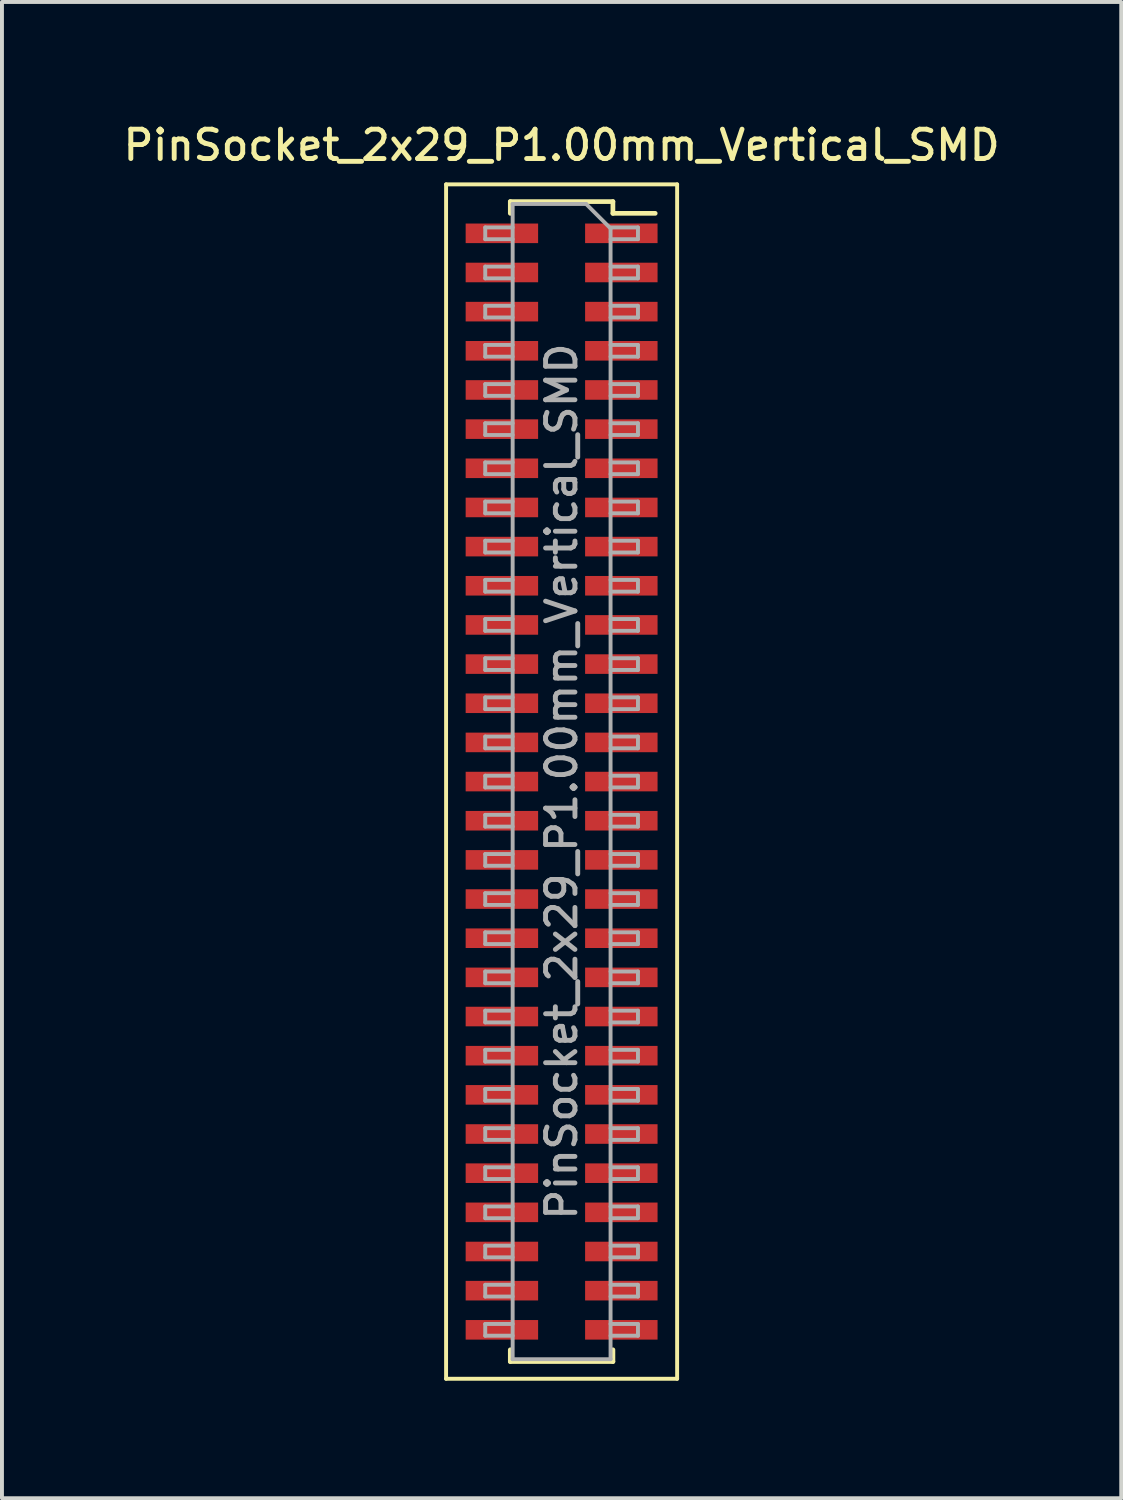
<source format=kicad_pcb>
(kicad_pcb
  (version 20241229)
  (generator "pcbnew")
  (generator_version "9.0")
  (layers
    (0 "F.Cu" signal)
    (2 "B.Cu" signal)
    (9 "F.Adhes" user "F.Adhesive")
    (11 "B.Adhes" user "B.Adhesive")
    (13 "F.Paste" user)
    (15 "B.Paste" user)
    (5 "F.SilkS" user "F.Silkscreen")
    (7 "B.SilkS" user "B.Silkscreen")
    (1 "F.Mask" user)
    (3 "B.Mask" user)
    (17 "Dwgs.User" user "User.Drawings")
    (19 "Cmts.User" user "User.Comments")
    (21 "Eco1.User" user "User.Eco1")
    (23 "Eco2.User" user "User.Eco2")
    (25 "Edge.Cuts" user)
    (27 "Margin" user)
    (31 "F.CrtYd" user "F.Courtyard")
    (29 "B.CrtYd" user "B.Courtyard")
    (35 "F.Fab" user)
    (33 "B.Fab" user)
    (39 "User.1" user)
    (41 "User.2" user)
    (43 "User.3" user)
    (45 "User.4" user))
  (footprint "PinSocket_2x29_P1.00mm_Vertical_SMD"
    (layer "F.Cu")
    (at 11.291 16.908)
    (property "Reference" "PinSocket_2x29_P1.00mm_Vertical_SMD" (at 0 -16.25 0) (layer "F.SilkS") (effects (font (size 0.75 0.75) (thickness 0.125))))
    (attr smd)
    (fp_line (start -2.95 -15.25) (end 2.95 -15.25) (stroke (width 0.1) (type solid)) (layer "F.SilkS"))
    (fp_line (start -2.95 15.25) (end -2.95 -15.25) (stroke (width 0.1) (type solid)) (layer "F.SilkS"))
    (fp_line (start -1.31 -14.81) (end -1.31 -14.51) (stroke (width 0.12) (type solid)) (layer "F.SilkS"))
    (fp_line (start -1.31 -14.81) (end 1.31 -14.81) (stroke (width 0.12) (type solid)) (layer "F.SilkS"))
    (fp_line (start -1.31 14.51) (end -1.31 14.81) (stroke (width 0.12) (type solid)) (layer "F.SilkS"))
    (fp_line (start -1.31 14.81) (end 1.31 14.81) (stroke (width 0.12) (type solid)) (layer "F.SilkS"))
    (fp_line (start 1.31 -14.81) (end 1.31 -14.51) (stroke (width 0.12) (type solid)) (layer "F.SilkS"))
    (fp_line (start 1.31 -14.51) (end 2.39 -14.51) (stroke (width 0.12) (type solid)) (layer "F.SilkS"))
    (fp_line (start 1.31 14.51) (end 1.31 14.81) (stroke (width 0.12) (type solid)) (layer "F.SilkS"))
    (fp_line (start 2.95 -15.25) (end 2.95 15.25) (stroke (width 0.1) (type solid)) (layer "F.SilkS"))
    (fp_line (start 2.95 15.25) (end -2.95 15.25) (stroke (width 0.1) (type solid)) (layer "F.SilkS"))
    (fp_line (start -1.95 -14.15) (end -1.25 -14.15) (stroke (width 0.1) (type solid)) (layer "F.Fab"))
    (fp_line (start -1.95 -13.85) (end -1.95 -14.15) (stroke (width 0.1) (type solid)) (layer "F.Fab"))
    (fp_line (start -1.95 -13.15) (end -1.25 -13.15) (stroke (width 0.1) (type solid)) (layer "F.Fab"))
    (fp_line (start -1.95 -12.85) (end -1.95 -13.15) (stroke (width 0.1) (type solid)) (layer "F.Fab"))
    (fp_line (start -1.95 -12.15) (end -1.25 -12.15) (stroke (width 0.1) (type solid)) (layer "F.Fab"))
    (fp_line (start -1.95 -11.85) (end -1.95 -12.15) (stroke (width 0.1) (type solid)) (layer "F.Fab"))
    (fp_line (start -1.95 -11.15) (end -1.25 -11.15) (stroke (width 0.1) (type solid)) (layer "F.Fab"))
    (fp_line (start -1.95 -10.85) (end -1.95 -11.15) (stroke (width 0.1) (type solid)) (layer "F.Fab"))
    (fp_line (start -1.95 -10.15) (end -1.25 -10.15) (stroke (width 0.1) (type solid)) (layer "F.Fab"))
    (fp_line (start -1.95 -9.85) (end -1.95 -10.15) (stroke (width 0.1) (type solid)) (layer "F.Fab"))
    (fp_line (start -1.95 -9.15) (end -1.25 -9.15) (stroke (width 0.1) (type solid)) (layer "F.Fab"))
    (fp_line (start -1.95 -8.85) (end -1.95 -9.15) (stroke (width 0.1) (type solid)) (layer "F.Fab"))
    (fp_line (start -1.95 -8.15) (end -1.25 -8.15) (stroke (width 0.1) (type solid)) (layer "F.Fab"))
    (fp_line (start -1.95 -7.85) (end -1.95 -8.15) (stroke (width 0.1) (type solid)) (layer "F.Fab"))
    (fp_line (start -1.95 -7.15) (end -1.25 -7.15) (stroke (width 0.1) (type solid)) (layer "F.Fab"))
    (fp_line (start -1.95 -6.85) (end -1.95 -7.15) (stroke (width 0.1) (type solid)) (layer "F.Fab"))
    (fp_line (start -1.95 -6.15) (end -1.25 -6.15) (stroke (width 0.1) (type solid)) (layer "F.Fab"))
    (fp_line (start -1.95 -5.85) (end -1.95 -6.15) (stroke (width 0.1) (type solid)) (layer "F.Fab"))
    (fp_line (start -1.95 -5.15) (end -1.25 -5.15) (stroke (width 0.1) (type solid)) (layer "F.Fab"))
    (fp_line (start -1.95 -4.85) (end -1.95 -5.15) (stroke (width 0.1) (type solid)) (layer "F.Fab"))
    (fp_line (start -1.95 -4.15) (end -1.25 -4.15) (stroke (width 0.1) (type solid)) (layer "F.Fab"))
    (fp_line (start -1.95 -3.85) (end -1.95 -4.15) (stroke (width 0.1) (type solid)) (layer "F.Fab"))
    (fp_line (start -1.95 -3.15) (end -1.25 -3.15) (stroke (width 0.1) (type solid)) (layer "F.Fab"))
    (fp_line (start -1.95 -2.85) (end -1.95 -3.15) (stroke (width 0.1) (type solid)) (layer "F.Fab"))
    (fp_line (start -1.95 -2.15) (end -1.25 -2.15) (stroke (width 0.1) (type solid)) (layer "F.Fab"))
    (fp_line (start -1.95 -1.85) (end -1.95 -2.15) (stroke (width 0.1) (type solid)) (layer "F.Fab"))
    (fp_line (start -1.95 -1.15) (end -1.25 -1.15) (stroke (width 0.1) (type solid)) (layer "F.Fab"))
    (fp_line (start -1.95 -0.85) (end -1.95 -1.15) (stroke (width 0.1) (type solid)) (layer "F.Fab"))
    (fp_line (start -1.95 -0.15) (end -1.25 -0.15) (stroke (width 0.1) (type solid)) (layer "F.Fab"))
    (fp_line (start -1.95 0.15) (end -1.95 -0.15) (stroke (width 0.1) (type solid)) (layer "F.Fab"))
    (fp_line (start -1.95 0.85) (end -1.25 0.85) (stroke (width 0.1) (type solid)) (layer "F.Fab"))
    (fp_line (start -1.95 1.15) (end -1.95 0.85) (stroke (width 0.1) (type solid)) (layer "F.Fab"))
    (fp_line (start -1.95 1.85) (end -1.25 1.85) (stroke (width 0.1) (type solid)) (layer "F.Fab"))
    (fp_line (start -1.95 2.15) (end -1.95 1.85) (stroke (width 0.1) (type solid)) (layer "F.Fab"))
    (fp_line (start -1.95 2.85) (end -1.25 2.85) (stroke (width 0.1) (type solid)) (layer "F.Fab"))
    (fp_line (start -1.95 3.15) (end -1.95 2.85) (stroke (width 0.1) (type solid)) (layer "F.Fab"))
    (fp_line (start -1.95 3.85) (end -1.25 3.85) (stroke (width 0.1) (type solid)) (layer "F.Fab"))
    (fp_line (start -1.95 4.15) (end -1.95 3.85) (stroke (width 0.1) (type solid)) (layer "F.Fab"))
    (fp_line (start -1.95 4.85) (end -1.25 4.85) (stroke (width 0.1) (type solid)) (layer "F.Fab"))
    (fp_line (start -1.95 5.15) (end -1.95 4.85) (stroke (width 0.1) (type solid)) (layer "F.Fab"))
    (fp_line (start -1.95 5.85) (end -1.25 5.85) (stroke (width 0.1) (type solid)) (layer "F.Fab"))
    (fp_line (start -1.95 6.15) (end -1.95 5.85) (stroke (width 0.1) (type solid)) (layer "F.Fab"))
    (fp_line (start -1.95 6.85) (end -1.25 6.85) (stroke (width 0.1) (type solid)) (layer "F.Fab"))
    (fp_line (start -1.95 7.15) (end -1.95 6.85) (stroke (width 0.1) (type solid)) (layer "F.Fab"))
    (fp_line (start -1.95 7.85) (end -1.25 7.85) (stroke (width 0.1) (type solid)) (layer "F.Fab"))
    (fp_line (start -1.95 8.15) (end -1.95 7.85) (stroke (width 0.1) (type solid)) (layer "F.Fab"))
    (fp_line (start -1.95 8.85) (end -1.25 8.85) (stroke (width 0.1) (type solid)) (layer "F.Fab"))
    (fp_line (start -1.95 9.15) (end -1.95 8.85) (stroke (width 0.1) (type solid)) (layer "F.Fab"))
    (fp_line (start -1.95 9.85) (end -1.25 9.85) (stroke (width 0.1) (type solid)) (layer "F.Fab"))
    (fp_line (start -1.95 10.15) (end -1.95 9.85) (stroke (width 0.1) (type solid)) (layer "F.Fab"))
    (fp_line (start -1.95 10.85) (end -1.25 10.85) (stroke (width 0.1) (type solid)) (layer "F.Fab"))
    (fp_line (start -1.95 11.15) (end -1.95 10.85) (stroke (width 0.1) (type solid)) (layer "F.Fab"))
    (fp_line (start -1.95 11.85) (end -1.25 11.85) (stroke (width 0.1) (type solid)) (layer "F.Fab"))
    (fp_line (start -1.95 12.15) (end -1.95 11.85) (stroke (width 0.1) (type solid)) (layer "F.Fab"))
    (fp_line (start -1.95 12.85) (end -1.25 12.85) (stroke (width 0.1) (type solid)) (layer "F.Fab"))
    (fp_line (start -1.95 13.15) (end -1.95 12.85) (stroke (width 0.1) (type solid)) (layer "F.Fab"))
    (fp_line (start -1.95 13.85) (end -1.25 13.85) (stroke (width 0.1) (type solid)) (layer "F.Fab"))
    (fp_line (start -1.95 14.15) (end -1.95 13.85) (stroke (width 0.1) (type solid)) (layer "F.Fab"))
    (fp_line (start -1.25 -14.75) (end 0.625 -14.75) (stroke (width 0.1) (type solid)) (layer "F.Fab"))
    (fp_line (start -1.25 -13.85) (end -1.95 -13.85) (stroke (width 0.1) (type solid)) (layer "F.Fab"))
    (fp_line (start -1.25 -12.85) (end -1.95 -12.85) (stroke (width 0.1) (type solid)) (layer "F.Fab"))
    (fp_line (start -1.25 -11.85) (end -1.95 -11.85) (stroke (width 0.1) (type solid)) (layer "F.Fab"))
    (fp_line (start -1.25 -10.85) (end -1.95 -10.85) (stroke (width 0.1) (type solid)) (layer "F.Fab"))
    (fp_line (start -1.25 -9.85) (end -1.95 -9.85) (stroke (width 0.1) (type solid)) (layer "F.Fab"))
    (fp_line (start -1.25 -8.85) (end -1.95 -8.85) (stroke (width 0.1) (type solid)) (layer "F.Fab"))
    (fp_line (start -1.25 -7.85) (end -1.95 -7.85) (stroke (width 0.1) (type solid)) (layer "F.Fab"))
    (fp_line (start -1.25 -6.85) (end -1.95 -6.85) (stroke (width 0.1) (type solid)) (layer "F.Fab"))
    (fp_line (start -1.25 -5.85) (end -1.95 -5.85) (stroke (width 0.1) (type solid)) (layer "F.Fab"))
    (fp_line (start -1.25 -4.85) (end -1.95 -4.85) (stroke (width 0.1) (type solid)) (layer "F.Fab"))
    (fp_line (start -1.25 -3.85) (end -1.95 -3.85) (stroke (width 0.1) (type solid)) (layer "F.Fab"))
    (fp_line (start -1.25 -2.85) (end -1.95 -2.85) (stroke (width 0.1) (type solid)) (layer "F.Fab"))
    (fp_line (start -1.25 -1.85) (end -1.95 -1.85) (stroke (width 0.1) (type solid)) (layer "F.Fab"))
    (fp_line (start -1.25 -0.85) (end -1.95 -0.85) (stroke (width 0.1) (type solid)) (layer "F.Fab"))
    (fp_line (start -1.25 0.15) (end -1.95 0.15) (stroke (width 0.1) (type solid)) (layer "F.Fab"))
    (fp_line (start -1.25 1.15) (end -1.95 1.15) (stroke (width 0.1) (type solid)) (layer "F.Fab"))
    (fp_line (start -1.25 2.15) (end -1.95 2.15) (stroke (width 0.1) (type solid)) (layer "F.Fab"))
    (fp_line (start -1.25 3.15) (end -1.95 3.15) (stroke (width 0.1) (type solid)) (layer "F.Fab"))
    (fp_line (start -1.25 4.15) (end -1.95 4.15) (stroke (width 0.1) (type solid)) (layer "F.Fab"))
    (fp_line (start -1.25 5.15) (end -1.95 5.15) (stroke (width 0.1) (type solid)) (layer "F.Fab"))
    (fp_line (start -1.25 6.15) (end -1.95 6.15) (stroke (width 0.1) (type solid)) (layer "F.Fab"))
    (fp_line (start -1.25 7.15) (end -1.95 7.15) (stroke (width 0.1) (type solid)) (layer "F.Fab"))
    (fp_line (start -1.25 8.15) (end -1.95 8.15) (stroke (width 0.1) (type solid)) (layer "F.Fab"))
    (fp_line (start -1.25 9.15) (end -1.95 9.15) (stroke (width 0.1) (type solid)) (layer "F.Fab"))
    (fp_line (start -1.25 10.15) (end -1.95 10.15) (stroke (width 0.1) (type solid)) (layer "F.Fab"))
    (fp_line (start -1.25 11.15) (end -1.95 11.15) (stroke (width 0.1) (type solid)) (layer "F.Fab"))
    (fp_line (start -1.25 12.15) (end -1.95 12.15) (stroke (width 0.1) (type solid)) (layer "F.Fab"))
    (fp_line (start -1.25 13.15) (end -1.95 13.15) (stroke (width 0.1) (type solid)) (layer "F.Fab"))
    (fp_line (start -1.25 14.15) (end -1.95 14.15) (stroke (width 0.1) (type solid)) (layer "F.Fab"))
    (fp_line (start -1.25 14.75) (end -1.25 -14.75) (stroke (width 0.1) (type solid)) (layer "F.Fab"))
    (fp_line (start 0.625 -14.75) (end 1.25 -14.125) (stroke (width 0.1) (type solid)) (layer "F.Fab"))
    (fp_line (start 1.25 -14.15) (end 1.95 -14.15) (stroke (width 0.1) (type solid)) (layer "F.Fab"))
    (fp_line (start 1.25 -14.125) (end 1.25 14.75) (stroke (width 0.1) (type solid)) (layer "F.Fab"))
    (fp_line (start 1.25 -13.15) (end 1.95 -13.15) (stroke (width 0.1) (type solid)) (layer "F.Fab"))
    (fp_line (start 1.25 -12.15) (end 1.95 -12.15) (stroke (width 0.1) (type solid)) (layer "F.Fab"))
    (fp_line (start 1.25 -11.15) (end 1.95 -11.15) (stroke (width 0.1) (type solid)) (layer "F.Fab"))
    (fp_line (start 1.25 -10.15) (end 1.95 -10.15) (stroke (width 0.1) (type solid)) (layer "F.Fab"))
    (fp_line (start 1.25 -9.15) (end 1.95 -9.15) (stroke (width 0.1) (type solid)) (layer "F.Fab"))
    (fp_line (start 1.25 -8.15) (end 1.95 -8.15) (stroke (width 0.1) (type solid)) (layer "F.Fab"))
    (fp_line (start 1.25 -7.15) (end 1.95 -7.15) (stroke (width 0.1) (type solid)) (layer "F.Fab"))
    (fp_line (start 1.25 -6.15) (end 1.95 -6.15) (stroke (width 0.1) (type solid)) (layer "F.Fab"))
    (fp_line (start 1.25 -5.15) (end 1.95 -5.15) (stroke (width 0.1) (type solid)) (layer "F.Fab"))
    (fp_line (start 1.25 -4.15) (end 1.95 -4.15) (stroke (width 0.1) (type solid)) (layer "F.Fab"))
    (fp_line (start 1.25 -3.15) (end 1.95 -3.15) (stroke (width 0.1) (type solid)) (layer "F.Fab"))
    (fp_line (start 1.25 -2.15) (end 1.95 -2.15) (stroke (width 0.1) (type solid)) (layer "F.Fab"))
    (fp_line (start 1.25 -1.15) (end 1.95 -1.15) (stroke (width 0.1) (type solid)) (layer "F.Fab"))
    (fp_line (start 1.25 -0.15) (end 1.95 -0.15) (stroke (width 0.1) (type solid)) (layer "F.Fab"))
    (fp_line (start 1.25 0.85) (end 1.95 0.85) (stroke (width 0.1) (type solid)) (layer "F.Fab"))
    (fp_line (start 1.25 1.85) (end 1.95 1.85) (stroke (width 0.1) (type solid)) (layer "F.Fab"))
    (fp_line (start 1.25 2.85) (end 1.95 2.85) (stroke (width 0.1) (type solid)) (layer "F.Fab"))
    (fp_line (start 1.25 3.85) (end 1.95 3.85) (stroke (width 0.1) (type solid)) (layer "F.Fab"))
    (fp_line (start 1.25 4.85) (end 1.95 4.85) (stroke (width 0.1) (type solid)) (layer "F.Fab"))
    (fp_line (start 1.25 5.85) (end 1.95 5.85) (stroke (width 0.1) (type solid)) (layer "F.Fab"))
    (fp_line (start 1.25 6.85) (end 1.95 6.85) (stroke (width 0.1) (type solid)) (layer "F.Fab"))
    (fp_line (start 1.25 7.85) (end 1.95 7.85) (stroke (width 0.1) (type solid)) (layer "F.Fab"))
    (fp_line (start 1.25 8.85) (end 1.95 8.85) (stroke (width 0.1) (type solid)) (layer "F.Fab"))
    (fp_line (start 1.25 9.85) (end 1.95 9.85) (stroke (width 0.1) (type solid)) (layer "F.Fab"))
    (fp_line (start 1.25 10.85) (end 1.95 10.85) (stroke (width 0.1) (type solid)) (layer "F.Fab"))
    (fp_line (start 1.25 11.85) (end 1.95 11.85) (stroke (width 0.1) (type solid)) (layer "F.Fab"))
    (fp_line (start 1.25 12.85) (end 1.95 12.85) (stroke (width 0.1) (type solid)) (layer "F.Fab"))
    (fp_line (start 1.25 13.85) (end 1.95 13.85) (stroke (width 0.1) (type solid)) (layer "F.Fab"))
    (fp_line (start 1.25 14.75) (end -1.25 14.75) (stroke (width 0.1) (type solid)) (layer "F.Fab"))
    (fp_line (start 1.95 -14.15) (end 1.95 -13.85) (stroke (width 0.1) (type solid)) (layer "F.Fab"))
    (fp_line (start 1.95 -13.85) (end 1.25 -13.85) (stroke (width 0.1) (type solid)) (layer "F.Fab"))
    (fp_line (start 1.95 -13.15) (end 1.95 -12.85) (stroke (width 0.1) (type solid)) (layer "F.Fab"))
    (fp_line (start 1.95 -12.85) (end 1.25 -12.85) (stroke (width 0.1) (type solid)) (layer "F.Fab"))
    (fp_line (start 1.95 -12.15) (end 1.95 -11.85) (stroke (width 0.1) (type solid)) (layer "F.Fab"))
    (fp_line (start 1.95 -11.85) (end 1.25 -11.85) (stroke (width 0.1) (type solid)) (layer "F.Fab"))
    (fp_line (start 1.95 -11.15) (end 1.95 -10.85) (stroke (width 0.1) (type solid)) (layer "F.Fab"))
    (fp_line (start 1.95 -10.85) (end 1.25 -10.85) (stroke (width 0.1) (type solid)) (layer "F.Fab"))
    (fp_line (start 1.95 -10.15) (end 1.95 -9.85) (stroke (width 0.1) (type solid)) (layer "F.Fab"))
    (fp_line (start 1.95 -9.85) (end 1.25 -9.85) (stroke (width 0.1) (type solid)) (layer "F.Fab"))
    (fp_line (start 1.95 -9.15) (end 1.95 -8.85) (stroke (width 0.1) (type solid)) (layer "F.Fab"))
    (fp_line (start 1.95 -8.85) (end 1.25 -8.85) (stroke (width 0.1) (type solid)) (layer "F.Fab"))
    (fp_line (start 1.95 -8.15) (end 1.95 -7.85) (stroke (width 0.1) (type solid)) (layer "F.Fab"))
    (fp_line (start 1.95 -7.85) (end 1.25 -7.85) (stroke (width 0.1) (type solid)) (layer "F.Fab"))
    (fp_line (start 1.95 -7.15) (end 1.95 -6.85) (stroke (width 0.1) (type solid)) (layer "F.Fab"))
    (fp_line (start 1.95 -6.85) (end 1.25 -6.85) (stroke (width 0.1) (type solid)) (layer "F.Fab"))
    (fp_line (start 1.95 -6.15) (end 1.95 -5.85) (stroke (width 0.1) (type solid)) (layer "F.Fab"))
    (fp_line (start 1.95 -5.85) (end 1.25 -5.85) (stroke (width 0.1) (type solid)) (layer "F.Fab"))
    (fp_line (start 1.95 -5.15) (end 1.95 -4.85) (stroke (width 0.1) (type solid)) (layer "F.Fab"))
    (fp_line (start 1.95 -4.85) (end 1.25 -4.85) (stroke (width 0.1) (type solid)) (layer "F.Fab"))
    (fp_line (start 1.95 -4.15) (end 1.95 -3.85) (stroke (width 0.1) (type solid)) (layer "F.Fab"))
    (fp_line (start 1.95 -3.85) (end 1.25 -3.85) (stroke (width 0.1) (type solid)) (layer "F.Fab"))
    (fp_line (start 1.95 -3.15) (end 1.95 -2.85) (stroke (width 0.1) (type solid)) (layer "F.Fab"))
    (fp_line (start 1.95 -2.85) (end 1.25 -2.85) (stroke (width 0.1) (type solid)) (layer "F.Fab"))
    (fp_line (start 1.95 -2.15) (end 1.95 -1.85) (stroke (width 0.1) (type solid)) (layer "F.Fab"))
    (fp_line (start 1.95 -1.85) (end 1.25 -1.85) (stroke (width 0.1) (type solid)) (layer "F.Fab"))
    (fp_line (start 1.95 -1.15) (end 1.95 -0.85) (stroke (width 0.1) (type solid)) (layer "F.Fab"))
    (fp_line (start 1.95 -0.85) (end 1.25 -0.85) (stroke (width 0.1) (type solid)) (layer "F.Fab"))
    (fp_line (start 1.95 -0.15) (end 1.95 0.15) (stroke (width 0.1) (type solid)) (layer "F.Fab"))
    (fp_line (start 1.95 0.15) (end 1.25 0.15) (stroke (width 0.1) (type solid)) (layer "F.Fab"))
    (fp_line (start 1.95 0.85) (end 1.95 1.15) (stroke (width 0.1) (type solid)) (layer "F.Fab"))
    (fp_line (start 1.95 1.15) (end 1.25 1.15) (stroke (width 0.1) (type solid)) (layer "F.Fab"))
    (fp_line (start 1.95 1.85) (end 1.95 2.15) (stroke (width 0.1) (type solid)) (layer "F.Fab"))
    (fp_line (start 1.95 2.15) (end 1.25 2.15) (stroke (width 0.1) (type solid)) (layer "F.Fab"))
    (fp_line (start 1.95 2.85) (end 1.95 3.15) (stroke (width 0.1) (type solid)) (layer "F.Fab"))
    (fp_line (start 1.95 3.15) (end 1.25 3.15) (stroke (width 0.1) (type solid)) (layer "F.Fab"))
    (fp_line (start 1.95 3.85) (end 1.95 4.15) (stroke (width 0.1) (type solid)) (layer "F.Fab"))
    (fp_line (start 1.95 4.15) (end 1.25 4.15) (stroke (width 0.1) (type solid)) (layer "F.Fab"))
    (fp_line (start 1.95 4.85) (end 1.95 5.15) (stroke (width 0.1) (type solid)) (layer "F.Fab"))
    (fp_line (start 1.95 5.15) (end 1.25 5.15) (stroke (width 0.1) (type solid)) (layer "F.Fab"))
    (fp_line (start 1.95 5.85) (end 1.95 6.15) (stroke (width 0.1) (type solid)) (layer "F.Fab"))
    (fp_line (start 1.95 6.15) (end 1.25 6.15) (stroke (width 0.1) (type solid)) (layer "F.Fab"))
    (fp_line (start 1.95 6.85) (end 1.95 7.15) (stroke (width 0.1) (type solid)) (layer "F.Fab"))
    (fp_line (start 1.95 7.15) (end 1.25 7.15) (stroke (width 0.1) (type solid)) (layer "F.Fab"))
    (fp_line (start 1.95 7.85) (end 1.95 8.15) (stroke (width 0.1) (type solid)) (layer "F.Fab"))
    (fp_line (start 1.95 8.15) (end 1.25 8.15) (stroke (width 0.1) (type solid)) (layer "F.Fab"))
    (fp_line (start 1.95 8.85) (end 1.95 9.15) (stroke (width 0.1) (type solid)) (layer "F.Fab"))
    (fp_line (start 1.95 9.15) (end 1.25 9.15) (stroke (width 0.1) (type solid)) (layer "F.Fab"))
    (fp_line (start 1.95 9.85) (end 1.95 10.15) (stroke (width 0.1) (type solid)) (layer "F.Fab"))
    (fp_line (start 1.95 10.15) (end 1.25 10.15) (stroke (width 0.1) (type solid)) (layer "F.Fab"))
    (fp_line (start 1.95 10.85) (end 1.95 11.15) (stroke (width 0.1) (type solid)) (layer "F.Fab"))
    (fp_line (start 1.95 11.15) (end 1.25 11.15) (stroke (width 0.1) (type solid)) (layer "F.Fab"))
    (fp_line (start 1.95 11.85) (end 1.95 12.15) (stroke (width 0.1) (type solid)) (layer "F.Fab"))
    (fp_line (start 1.95 12.15) (end 1.25 12.15) (stroke (width 0.1) (type solid)) (layer "F.Fab"))
    (fp_line (start 1.95 12.85) (end 1.95 13.15) (stroke (width 0.1) (type solid)) (layer "F.Fab"))
    (fp_line (start 1.95 13.15) (end 1.25 13.15) (stroke (width 0.1) (type solid)) (layer "F.Fab"))
    (fp_line (start 1.95 13.85) (end 1.95 14.15) (stroke (width 0.1) (type solid)) (layer "F.Fab"))
    (fp_line (start 1.95 14.15) (end 1.25 14.15) (stroke (width 0.1) (type solid)) (layer "F.Fab"))
    (fp_text user "${REFERENCE}" (at 0 0 90) (layer "F.Fab") (effects (font (size 0.75 0.75) (thickness 0.125))))
    (pad "1" smd rect (at 1.525 -14) (size 1.85 0.5) (layers "F.Cu" "F.Mask" "F.Paste"))
    (pad "2" smd rect (at -1.525 -14) (size 1.85 0.5) (layers "F.Cu" "F.Mask" "F.Paste"))
    (pad "3" smd rect (at 1.525 -13) (size 1.85 0.5) (layers "F.Cu" "F.Mask" "F.Paste"))
    (pad "4" smd rect (at -1.525 -13) (size 1.85 0.5) (layers "F.Cu" "F.Mask" "F.Paste"))
    (pad "5" smd rect (at 1.525 -12) (size 1.85 0.5) (layers "F.Cu" "F.Mask" "F.Paste"))
    (pad "6" smd rect (at -1.525 -12) (size 1.85 0.5) (layers "F.Cu" "F.Mask" "F.Paste"))
    (pad "7" smd rect (at 1.525 -11) (size 1.85 0.5) (layers "F.Cu" "F.Mask" "F.Paste"))
    (pad "8" smd rect (at -1.525 -11) (size 1.85 0.5) (layers "F.Cu" "F.Mask" "F.Paste"))
    (pad "9" smd rect (at 1.525 -10) (size 1.85 0.5) (layers "F.Cu" "F.Mask" "F.Paste"))
    (pad "10" smd rect (at -1.525 -10) (size 1.85 0.5) (layers "F.Cu" "F.Mask" "F.Paste"))
    (pad "11" smd rect (at 1.525 -9) (size 1.85 0.5) (layers "F.Cu" "F.Mask" "F.Paste"))
    (pad "12" smd rect (at -1.525 -9) (size 1.85 0.5) (layers "F.Cu" "F.Mask" "F.Paste"))
    (pad "13" smd rect (at 1.525 -8) (size 1.85 0.5) (layers "F.Cu" "F.Mask" "F.Paste"))
    (pad "14" smd rect (at -1.525 -8) (size 1.85 0.5) (layers "F.Cu" "F.Mask" "F.Paste"))
    (pad "15" smd rect (at 1.525 -7) (size 1.85 0.5) (layers "F.Cu" "F.Mask" "F.Paste"))
    (pad "16" smd rect (at -1.525 -7) (size 1.85 0.5) (layers "F.Cu" "F.Mask" "F.Paste"))
    (pad "17" smd rect (at 1.525 -6) (size 1.85 0.5) (layers "F.Cu" "F.Mask" "F.Paste"))
    (pad "18" smd rect (at -1.525 -6) (size 1.85 0.5) (layers "F.Cu" "F.Mask" "F.Paste"))
    (pad "19" smd rect (at 1.525 -5) (size 1.85 0.5) (layers "F.Cu" "F.Mask" "F.Paste"))
    (pad "20" smd rect (at -1.525 -5) (size 1.85 0.5) (layers "F.Cu" "F.Mask" "F.Paste"))
    (pad "21" smd rect (at 1.525 -4) (size 1.85 0.5) (layers "F.Cu" "F.Mask" "F.Paste"))
    (pad "22" smd rect (at -1.525 -4) (size 1.85 0.5) (layers "F.Cu" "F.Mask" "F.Paste"))
    (pad "23" smd rect (at 1.525 -3) (size 1.85 0.5) (layers "F.Cu" "F.Mask" "F.Paste"))
    (pad "24" smd rect (at -1.525 -3) (size 1.85 0.5) (layers "F.Cu" "F.Mask" "F.Paste"))
    (pad "25" smd rect (at 1.525 -2) (size 1.85 0.5) (layers "F.Cu" "F.Mask" "F.Paste"))
    (pad "26" smd rect (at -1.525 -2) (size 1.85 0.5) (layers "F.Cu" "F.Mask" "F.Paste"))
    (pad "27" smd rect (at 1.525 -1) (size 1.85 0.5) (layers "F.Cu" "F.Mask" "F.Paste"))
    (pad "28" smd rect (at -1.525 -1) (size 1.85 0.5) (layers "F.Cu" "F.Mask" "F.Paste"))
    (pad "29" smd rect (at 1.525 0) (size 1.85 0.5) (layers "F.Cu" "F.Mask" "F.Paste"))
    (pad "30" smd rect (at -1.525 0) (size 1.85 0.5) (layers "F.Cu" "F.Mask" "F.Paste"))
    (pad "31" smd rect (at 1.525 1) (size 1.85 0.5) (layers "F.Cu" "F.Mask" "F.Paste"))
    (pad "32" smd rect (at -1.525 1) (size 1.85 0.5) (layers "F.Cu" "F.Mask" "F.Paste"))
    (pad "33" smd rect (at 1.525 2) (size 1.85 0.5) (layers "F.Cu" "F.Mask" "F.Paste"))
    (pad "34" smd rect (at -1.525 2) (size 1.85 0.5) (layers "F.Cu" "F.Mask" "F.Paste"))
    (pad "35" smd rect (at 1.525 3) (size 1.85 0.5) (layers "F.Cu" "F.Mask" "F.Paste"))
    (pad "36" smd rect (at -1.525 3) (size 1.85 0.5) (layers "F.Cu" "F.Mask" "F.Paste"))
    (pad "37" smd rect (at 1.525 4) (size 1.85 0.5) (layers "F.Cu" "F.Mask" "F.Paste"))
    (pad "38" smd rect (at -1.525 4) (size 1.85 0.5) (layers "F.Cu" "F.Mask" "F.Paste"))
    (pad "39" smd rect (at 1.525 5) (size 1.85 0.5) (layers "F.Cu" "F.Mask" "F.Paste"))
    (pad "40" smd rect (at -1.525 5) (size 1.85 0.5) (layers "F.Cu" "F.Mask" "F.Paste"))
    (pad "41" smd rect (at 1.525 6) (size 1.85 0.5) (layers "F.Cu" "F.Mask" "F.Paste"))
    (pad "42" smd rect (at -1.525 6) (size 1.85 0.5) (layers "F.Cu" "F.Mask" "F.Paste"))
    (pad "43" smd rect (at 1.525 7) (size 1.85 0.5) (layers "F.Cu" "F.Mask" "F.Paste"))
    (pad "44" smd rect (at -1.525 7) (size 1.85 0.5) (layers "F.Cu" "F.Mask" "F.Paste"))
    (pad "45" smd rect (at 1.525 8) (size 1.85 0.5) (layers "F.Cu" "F.Mask" "F.Paste"))
    (pad "46" smd rect (at -1.525 8) (size 1.85 0.5) (layers "F.Cu" "F.Mask" "F.Paste"))
    (pad "47" smd rect (at 1.525 9) (size 1.85 0.5) (layers "F.Cu" "F.Mask" "F.Paste"))
    (pad "48" smd rect (at -1.525 9) (size 1.85 0.5) (layers "F.Cu" "F.Mask" "F.Paste"))
    (pad "49" smd rect (at 1.525 10) (size 1.85 0.5) (layers "F.Cu" "F.Mask" "F.Paste"))
    (pad "50" smd rect (at -1.525 10) (size 1.85 0.5) (layers "F.Cu" "F.Mask" "F.Paste"))
    (pad "51" smd rect (at 1.525 11) (size 1.85 0.5) (layers "F.Cu" "F.Mask" "F.Paste"))
    (pad "52" smd rect (at -1.525 11) (size 1.85 0.5) (layers "F.Cu" "F.Mask" "F.Paste"))
    (pad "53" smd rect (at 1.525 12) (size 1.85 0.5) (layers "F.Cu" "F.Mask" "F.Paste"))
    (pad "54" smd rect (at -1.525 12) (size 1.85 0.5) (layers "F.Cu" "F.Mask" "F.Paste"))
    (pad "55" smd rect (at 1.525 13) (size 1.85 0.5) (layers "F.Cu" "F.Mask" "F.Paste"))
    (pad "56" smd rect (at -1.525 13) (size 1.85 0.5) (layers "F.Cu" "F.Mask" "F.Paste"))
    (pad "57" smd rect (at 1.525 14) (size 1.85 0.5) (layers "F.Cu" "F.Mask" "F.Paste"))
    (pad "58" smd rect (at -1.525 14) (size 1.85 0.5) (layers "F.Cu" "F.Mask" "F.Paste")))
  (gr_rect
    (start -3 -3)
    (end 25.582 35.208)
    (stroke (width 0.1) (type default))
    (fill no)
    (layer "Edge.Cuts")))
</source>
